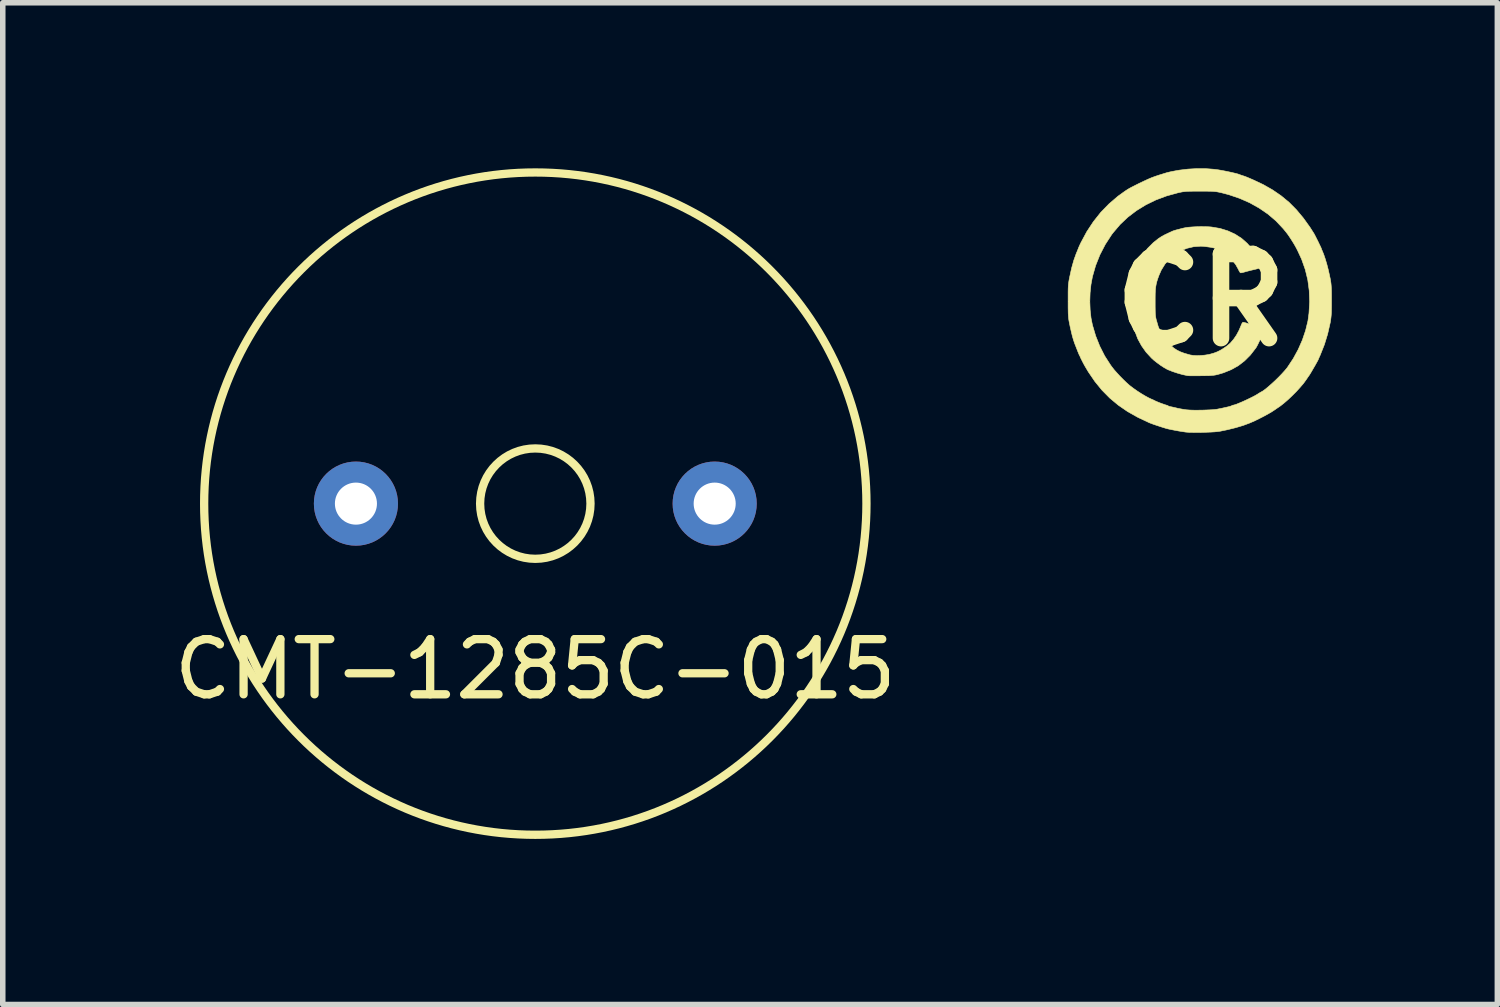
<source format=kicad_pcb>
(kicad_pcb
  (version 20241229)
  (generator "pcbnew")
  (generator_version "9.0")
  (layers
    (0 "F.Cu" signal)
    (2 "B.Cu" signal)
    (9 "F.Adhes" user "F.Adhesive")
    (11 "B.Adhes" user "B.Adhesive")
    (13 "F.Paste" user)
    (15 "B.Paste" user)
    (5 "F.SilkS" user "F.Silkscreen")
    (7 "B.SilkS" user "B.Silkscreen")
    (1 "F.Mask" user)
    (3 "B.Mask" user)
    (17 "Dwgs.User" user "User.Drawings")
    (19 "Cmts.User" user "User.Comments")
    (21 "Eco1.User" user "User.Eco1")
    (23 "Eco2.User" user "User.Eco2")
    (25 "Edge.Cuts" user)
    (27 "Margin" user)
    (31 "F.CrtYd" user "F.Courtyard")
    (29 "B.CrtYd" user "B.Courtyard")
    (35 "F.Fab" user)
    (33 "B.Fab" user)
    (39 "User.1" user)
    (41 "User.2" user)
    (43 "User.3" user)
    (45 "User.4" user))
  (footprint "CR"
    (layer "F.Cu")
    (at 18.71 2.387)
    (property "Reference" "CR" (at 0 0 0) (layer "F.SilkS") (effects (font (size 1.524 1.524) (thickness 0.3))))
    (attr through_hole)
    (fp_poly (pts (xy 0.072 -1.33) (xy 0.141 -1.328) (xy 0.191 -1.324) (xy 0.345 -1.298) (xy 0.487 -1.254) (xy 0.618 -1.194) (xy 0.736 -1.118) (xy 0.841 -1.025) (xy 0.932 -0.917) (xy 1.006 -0.799) (xy 1.026 -0.758) (xy 1.046 -0.713) (xy 1.064 -0.669) (xy 1.077 -0.63) (xy 1.085 -0.601) (xy 1.086 -0.585) (xy 1.086 -0.585) (xy 1.075 -0.581) (xy 1.047 -0.574) (xy 1.008 -0.564) (xy 0.967 -0.554) (xy 0.912 -0.541) (xy 0.857 -0.527) (xy 0.811 -0.515) (xy 0.788 -0.508) (xy 0.754 -0.499) (xy 0.726 -0.494) (xy 0.714 -0.494) (xy 0.705 -0.506) (xy 0.69 -0.53) (xy 0.679 -0.554) (xy 0.632 -0.638) (xy 0.571 -0.719) (xy 0.5 -0.791) (xy 0.424 -0.853) (xy 0.345 -0.898) (xy 0.318 -0.91) (xy 0.29 -0.922) (xy 0.271 -0.931) (xy 0.27 -0.932) (xy 0.251 -0.94) (xy 0.217 -0.948) (xy 0.172 -0.957) (xy 0.121 -0.964) (xy 0.069 -0.971) (xy 0.023 -0.975) (xy -0.003 -0.976) (xy -0.132 -0.967) (xy -0.254 -0.938) (xy -0.37 -0.891) (xy -0.475 -0.827) (xy -0.57 -0.747) (xy -0.652 -0.652) (xy -0.719 -0.544) (xy -0.76 -0.451) (xy -0.782 -0.391) (xy -0.799 -0.338) (xy -0.811 -0.289) (xy -0.82 -0.239) (xy -0.826 -0.183) (xy -0.829 -0.119) (xy -0.83 -0.041) (xy -0.83 0.037) (xy -0.83 0.119) (xy -0.829 0.183) (xy -0.828 0.233) (xy -0.825 0.272) (xy -0.821 0.306) (xy -0.815 0.336) (xy -0.808 0.367) (xy -0.807 0.367) (xy -0.776 0.475) (xy -0.739 0.567) (xy -0.696 0.647) (xy -0.644 0.719) (xy -0.599 0.77) (xy -0.543 0.826) (xy -0.49 0.871) (xy -0.435 0.907) (xy -0.374 0.937) (xy -0.301 0.964) (xy -0.214 0.989) (xy -0.191 0.995) (xy -0.139 1.003) (xy -0.074 1.006) (xy -0.001 1.004) (xy 0.073 0.997) (xy 0.142 0.986) (xy 0.17 0.979) (xy 0.236 0.96) (xy 0.294 0.938) (xy 0.349 0.911) (xy 0.408 0.875) (xy 0.476 0.828) (xy 0.476 0.828) (xy 0.533 0.778) (xy 0.59 0.712) (xy 0.643 0.635) (xy 0.688 0.551) (xy 0.721 0.474) (xy 0.738 0.432) (xy 0.753 0.408) (xy 0.762 0.402) (xy 0.78 0.405) (xy 0.811 0.413) (xy 0.847 0.423) (xy 0.89 0.436) (xy 0.944 0.452) (xy 0.998 0.468) (xy 1.011 0.471) (xy 1.065 0.487) (xy 1.101 0.499) (xy 1.123 0.509) (xy 1.133 0.519) (xy 1.134 0.528) (xy 1.134 0.531) (xy 1.129 0.548) (xy 1.121 0.579) (xy 1.114 0.603) (xy 1.101 0.645) (xy 1.079 0.698) (xy 1.054 0.754) (xy 1.028 0.808) (xy 1.004 0.853) (xy 0.991 0.872) (xy 0.895 0.996) (xy 0.79 1.101) (xy 0.676 1.189) (xy 0.549 1.26) (xy 0.409 1.317) (xy 0.328 1.341) (xy 0.292 1.351) (xy 0.259 1.358) (xy 0.226 1.363) (xy 0.188 1.366) (xy 0.141 1.369) (xy 0.081 1.37) (xy 0.005 1.371) (xy -0.063 1.372) (xy -0.125 1.372) (xy -0.178 1.372) (xy -0.218 1.371) (xy -0.241 1.369) (xy -0.243 1.369) (xy -0.333 1.35) (xy -0.425 1.324) (xy -0.513 1.295) (xy -0.59 1.265) (xy -0.614 1.254) (xy -0.667 1.224) (xy -0.729 1.184) (xy -0.793 1.137) (xy -0.853 1.09) (xy -0.897 1.05) (xy -0.995 0.943) (xy -1.077 0.827) (xy -1.145 0.702) (xy -1.197 0.565) (xy -1.235 0.416) (xy -1.26 0.253) (xy -1.271 0.074) (xy -1.272 -0.005) (xy -1.262 -0.192) (xy -1.237 -0.367) (xy -1.195 -0.528) (xy -1.136 -0.677) (xy -1.061 -0.812) (xy -0.97 -0.934) (xy -0.862 -1.042) (xy -0.77 -1.115) (xy -0.721 -1.147) (xy -0.662 -1.18) (xy -0.589 -1.215) (xy -0.513 -1.25) (xy -0.49 -1.258) (xy -0.451 -1.27) (xy -0.404 -1.282) (xy -0.355 -1.295) (xy -0.31 -1.306) (xy -0.275 -1.313) (xy -0.225 -1.32) (xy -0.159 -1.325) (xy -0.084 -1.329) (xy -0.005 -1.331) (xy 0.072 -1.33)) (stroke (width 0.01) (type solid)) (fill yes) (layer "F.SilkS"))
    (fp_poly (pts (xy 0.078 -2.382) (xy 0.227 -2.371) (xy 0.313 -2.36) (xy 0.377 -2.349) (xy 0.445 -2.336) (xy 0.512 -2.322) (xy 0.575 -2.308) (xy 0.63 -2.295) (xy 0.671 -2.284) (xy 0.693 -2.276) (xy 0.717 -2.267) (xy 0.749 -2.256) (xy 0.757 -2.254) (xy 0.793 -2.242) (xy 0.827 -2.229) (xy 0.831 -2.227) (xy 0.856 -2.217) (xy 0.893 -2.201) (xy 0.935 -2.183) (xy 0.942 -2.18) (xy 1.127 -2.093) (xy 1.296 -1.997) (xy 1.452 -1.89) (xy 1.596 -1.771) (xy 1.73 -1.636) (xy 1.856 -1.485) (xy 1.977 -1.316) (xy 2.05 -1.201) (xy 2.06 -1.182) (xy 2.076 -1.151) (xy 2.096 -1.111) (xy 2.118 -1.068) (xy 2.139 -1.024) (xy 2.158 -0.985) (xy 2.172 -0.955) (xy 2.18 -0.938) (xy 2.18 -0.935) (xy 2.184 -0.923) (xy 2.194 -0.899) (xy 2.196 -0.896) (xy 2.223 -0.83) (xy 2.251 -0.748) (xy 2.279 -0.655) (xy 2.305 -0.555) (xy 2.328 -0.453) (xy 2.341 -0.392) (xy 2.349 -0.347) (xy 2.355 -0.307) (xy 2.359 -0.266) (xy 2.362 -0.221) (xy 2.364 -0.168) (xy 2.365 -0.104) (xy 2.365 -0.023) (xy 2.365 0.011) (xy 2.365 0.098) (xy 2.364 0.168) (xy 2.363 0.224) (xy 2.36 0.272) (xy 2.356 0.313) (xy 2.351 0.354) (xy 2.344 0.396) (xy 2.341 0.413) (xy 2.295 0.615) (xy 2.236 0.807) (xy 2.162 0.993) (xy 2.153 1.014) (xy 2.139 1.044) (xy 2.13 1.066) (xy 2.127 1.073) (xy 2.122 1.085) (xy 2.108 1.111) (xy 2.088 1.147) (xy 2.064 1.19) (xy 2.037 1.236) (xy 2.011 1.281) (xy 1.988 1.32) (xy 1.969 1.351) (xy 1.959 1.366) (xy 1.934 1.401) (xy 1.91 1.437) (xy 1.901 1.45) (xy 1.855 1.513) (xy 1.795 1.583) (xy 1.727 1.658) (xy 1.652 1.733) (xy 1.577 1.804) (xy 1.504 1.867) (xy 1.438 1.919) (xy 1.418 1.933) (xy 1.385 1.955) (xy 1.349 1.98) (xy 1.339 1.987) (xy 1.284 2.023) (xy 1.214 2.064) (xy 1.135 2.107) (xy 1.051 2.15) (xy 0.967 2.191) (xy 0.888 2.225) (xy 0.884 2.227) (xy 0.766 2.271) (xy 0.629 2.312) (xy 0.475 2.35) (xy 0.349 2.376) (xy 0.306 2.382) (xy 0.246 2.388) (xy 0.175 2.392) (xy 0.095 2.395) (xy 0.012 2.398) (xy -0.07 2.399) (xy -0.146 2.398) (xy -0.212 2.397) (xy -0.263 2.393) (xy -0.275 2.392) (xy -0.337 2.383) (xy -0.405 2.372) (xy -0.475 2.359) (xy -0.541 2.346) (xy -0.597 2.334) (xy -0.635 2.324) (xy -0.716 2.299) (xy -0.792 2.274) (xy -0.858 2.252) (xy -0.911 2.232) (xy -0.937 2.222) (xy -1.141 2.126) (xy -1.328 2.021) (xy -1.498 1.904) (xy -1.653 1.775) (xy -1.794 1.632) (xy -1.922 1.475) (xy -2.04 1.302) (xy -2.103 1.196) (xy -2.129 1.149) (xy -2.152 1.104) (xy -2.17 1.068) (xy -2.18 1.048) (xy -2.191 1.021) (xy -2.201 1.002) (xy -2.202 1) (xy -2.209 0.986) (xy -2.221 0.957) (xy -2.237 0.918) (xy -2.248 0.889) (xy -2.266 0.843) (xy -2.282 0.803) (xy -2.293 0.773) (xy -2.297 0.762) (xy -2.313 0.713) (xy -2.332 0.647) (xy -2.351 0.568) (xy -2.371 0.48) (xy -2.378 0.445) (xy -2.387 0.401) (xy -2.394 0.362) (xy -2.399 0.326) (xy -2.402 0.289) (xy -2.405 0.246) (xy -2.406 0.195) (xy -2.407 0.131) (xy -2.407 0.051) (xy -2.407 0.025) (xy -2.014 0.025) (xy -2.008 0.179) (xy -1.992 0.325) (xy -1.967 0.45) (xy -1.908 0.649) (xy -1.834 0.835) (xy -1.745 1.011) (xy -1.637 1.179) (xy -1.609 1.217) (xy -1.573 1.263) (xy -1.525 1.317) (xy -1.47 1.377) (xy -1.412 1.436) (xy -1.355 1.491) (xy -1.305 1.536) (xy -1.286 1.552) (xy -1.223 1.6) (xy -1.153 1.649) (xy -1.08 1.696) (xy -1.008 1.739) (xy -0.943 1.774) (xy -0.889 1.799) (xy -0.889 1.799) (xy -0.862 1.81) (xy -0.843 1.82) (xy -0.841 1.821) (xy -0.825 1.829) (xy -0.795 1.842) (xy -0.756 1.858) (xy -0.714 1.874) (xy -0.674 1.888) (xy -0.642 1.899) (xy -0.622 1.905) (xy -0.62 1.905) (xy -0.602 1.911) (xy -0.599 1.914) (xy -0.585 1.922) (xy -0.56 1.93) (xy -0.553 1.931) (xy -0.523 1.937) (xy -0.482 1.946) (xy -0.436 1.957) (xy -0.429 1.959) (xy -0.375 1.97) (xy -0.313 1.981) (xy -0.255 1.989) (xy -0.249 1.989) (xy -0.195 1.993) (xy -0.127 1.995) (xy -0.05 1.995) (xy 0.03 1.994) (xy 0.109 1.991) (xy 0.183 1.988) (xy 0.246 1.983) (xy 0.294 1.977) (xy 0.302 1.975) (xy 0.392 1.957) (xy 0.463 1.941) (xy 0.515 1.929) (xy 0.546 1.919) (xy 0.555 1.915) (xy 0.574 1.905) (xy 0.579 1.905) (xy 0.602 1.9) (xy 0.64 1.888) (xy 0.689 1.868) (xy 0.746 1.844) (xy 0.808 1.816) (xy 0.869 1.787) (xy 0.928 1.758) (xy 0.98 1.731) (xy 1.021 1.707) (xy 1.027 1.703) (xy 1.057 1.684) (xy 1.081 1.67) (xy 1.09 1.665) (xy 1.125 1.645) (xy 1.171 1.611) (xy 1.225 1.566) (xy 1.284 1.514) (xy 1.346 1.457) (xy 1.407 1.397) (xy 1.464 1.338) (xy 1.515 1.282) (xy 1.557 1.232) (xy 1.568 1.217) (xy 1.672 1.06) (xy 1.762 0.895) (xy 1.837 0.724) (xy 1.896 0.55) (xy 1.938 0.378) (xy 1.957 0.239) (xy 1.969 0.029) (xy 1.961 -0.173) (xy 1.935 -0.367) (xy 1.889 -0.555) (xy 1.824 -0.739) (xy 1.752 -0.895) (xy 1.73 -0.938) (xy 1.71 -0.975) (xy 1.695 -1.001) (xy 1.69 -1.01) (xy 1.651 -1.073) (xy 1.619 -1.123) (xy 1.593 -1.162) (xy 1.57 -1.195) (xy 1.546 -1.226) (xy 1.52 -1.258) (xy 1.488 -1.297) (xy 1.484 -1.301) (xy 1.358 -1.435) (xy 1.215 -1.557) (xy 1.056 -1.666) (xy 0.885 -1.762) (xy 0.701 -1.843) (xy 0.507 -1.909) (xy 0.374 -1.944) (xy 0.334 -1.953) (xy 0.3 -1.96) (xy 0.267 -1.965) (xy 0.231 -1.968) (xy 0.19 -1.971) (xy 0.14 -1.972) (xy 0.076 -1.973) (xy -0.005 -1.973) (xy -0.021 -1.973) (xy -0.105 -1.973) (xy -0.172 -1.972) (xy -0.224 -1.971) (xy -0.267 -1.969) (xy -0.303 -1.965) (xy -0.336 -1.961) (xy -0.37 -1.954) (xy -0.409 -1.946) (xy -0.417 -1.944) (xy -0.623 -1.887) (xy -0.818 -1.814) (xy -1 -1.725) (xy -1.169 -1.621) (xy -1.324 -1.503) (xy -1.465 -1.37) (xy -1.589 -1.224) (xy -1.617 -1.188) (xy -1.734 -1.008) (xy -1.831 -0.821) (xy -1.909 -0.625) (xy -1.967 -0.422) (xy -1.967 -0.422) (xy -1.993 -0.281) (xy -2.009 -0.13) (xy -2.014 0.025) (xy -2.407 0.025) (xy -2.407 0.011) (xy -2.407 -0.077) (xy -2.407 -0.147) (xy -2.406 -0.204) (xy -2.404 -0.25) (xy -2.401 -0.289) (xy -2.396 -0.325) (xy -2.39 -0.362) (xy -2.382 -0.403) (xy -2.378 -0.423) (xy -2.343 -0.582) (xy -2.304 -0.721) (xy -2.261 -0.841) (xy -2.242 -0.886) (xy -2.231 -0.914) (xy -2.223 -0.933) (xy -2.223 -0.936) (xy -2.218 -0.947) (xy -2.207 -0.973) (xy -2.19 -1.01) (xy -2.173 -1.045) (xy -2.069 -1.239) (xy -1.949 -1.421) (xy -1.815 -1.59) (xy -1.666 -1.743) (xy -1.505 -1.881) (xy -1.397 -1.959) (xy -1.361 -1.984) (xy -1.33 -2.004) (xy -1.3 -2.022) (xy -1.267 -2.04) (xy -1.228 -2.06) (xy -1.177 -2.086) (xy -1.117 -2.116) (xy -1.031 -2.157) (xy -0.959 -2.19) (xy -0.893 -2.218) (xy -0.828 -2.242) (xy -0.759 -2.265) (xy -0.746 -2.269) (xy -0.678 -2.29) (xy -0.623 -2.307) (xy -0.575 -2.319) (xy -0.529 -2.329) (xy -0.478 -2.339) (xy -0.416 -2.35) (xy -0.386 -2.355) (xy -0.236 -2.373) (xy -0.079 -2.382) (xy 0.078 -2.382)) (stroke (width 0.01) (type solid)) (fill yes) (layer "F.SilkS")))
  (footprint "CMT-1285C-015"
    (layer "F.Cu")
    (at 6.649 6.075)
    (property "Reference" "CMT-1285C-015" (at 0 3 0) (layer "F.SilkS") (effects (font (size 1 1) (thickness 0.15))))
    (attr through_hole)
    (fp_circle (center 0 0) (end 0 -6) (stroke (width 0.15) (type solid)) (fill no) (layer "F.SilkS"))
    (fp_circle (center 0 0) (end 0 -1) (stroke (width 0.15) (type solid)) (fill no) (layer "F.SilkS"))
    (pad "1" thru_hole circle (at -3.25 0) (size 1.524 1.524) (drill 0.762) (layers "*.Cu" "*.Mask"))
    (pad "2" thru_hole circle (at 3.25 0) (size 1.524 1.524) (drill 0.762) (layers "*.Cu" "*.Mask")))
  (gr_rect
    (start -3 -3)
    (end 24.08 15.15)
    (stroke (width 0.1) (type default))
    (fill no)
    (layer "Edge.Cuts")))
</source>
